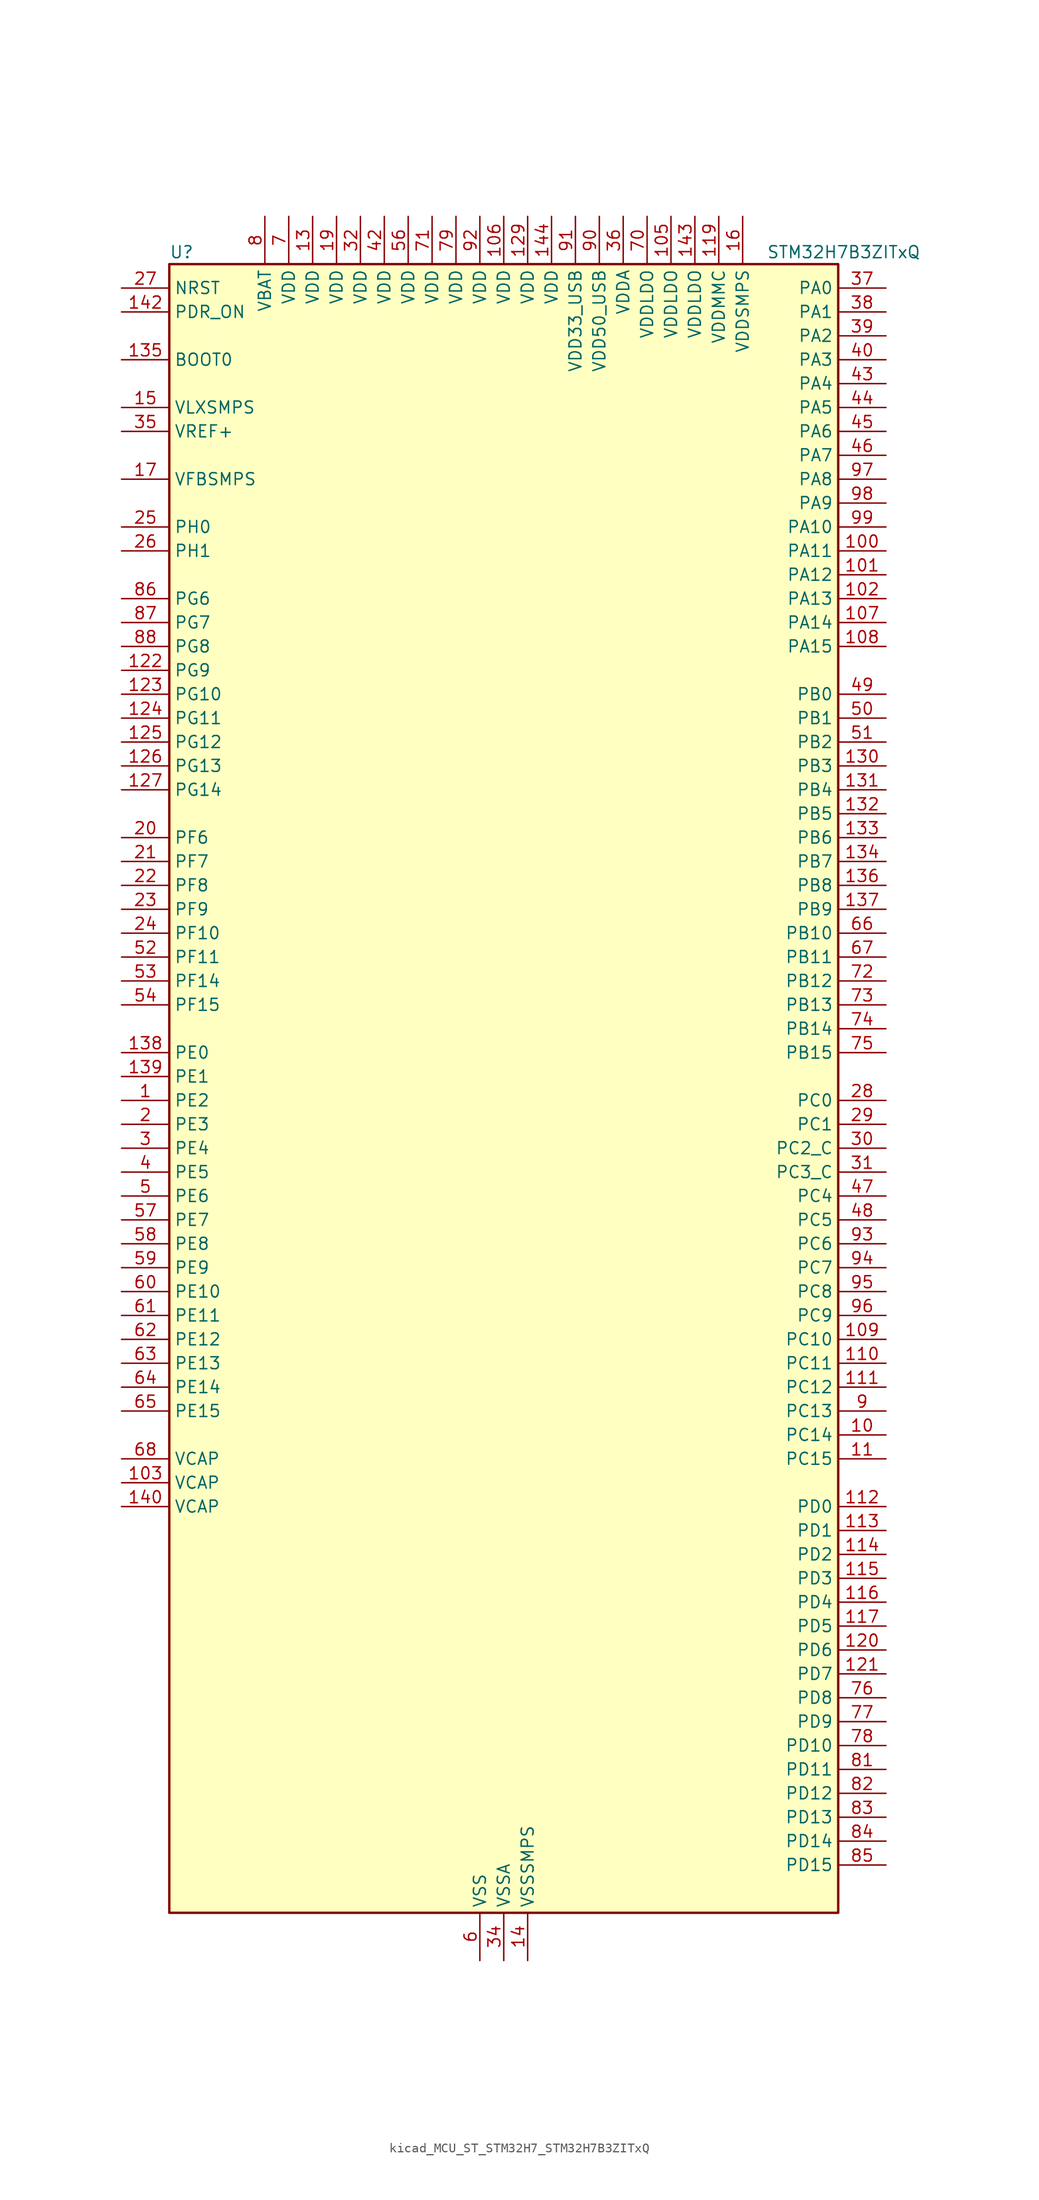
<source format=kicad_sym>
(kicad_symbol_lib
  (version 20220914)
  (generator kicad_symbol_editor)
  (symbol "kicad_MCU_ST_STM32H7_STM32H7B3ZITxQ"
    (property "Reference" "U"
      (at -35.56 90.17 0)
      (effects (font (size 1.27 1.27)) (justify left)))
    (property "Value" "STM32H7B3ZITxQ"
      (at 27.94 90.17 0)
      (effects (font (size 1.27 1.27)) (justify left)))
    (property "ki_locked" ""
      (at 0 0 0)
      (effects (font (size 1.27 1.27))))
    (symbol "kicad_MCU_ST_STM32H7_STM32H7B3ZITxQ_0_1"
      (rectangle (start -35.56 -86.36) (end 35.56 88.9) (stroke (width 0.254) (type default)) (fill (type background))))
    (symbol "kicad_MCU_ST_STM32H7_STM32H7B3ZITxQ_1_1"
      (pin bidirectional line (at -40.64 0 0) (length 5.08) (name "PE2" (effects (font (size 1.27 1.27)))) (number "1" (effects (font (size 1.27 1.27)))) (alternate "DEBUG_TRACECLK" bidirectional line) (alternate "FMC_A23" bidirectional line) (alternate "OCTOSPIM_P1_IO2" bidirectional line) (alternate "SAI1_CK1" bidirectional line) (alternate "SAI1_MCLK_A" bidirectional line) (alternate "SPI4_SCK" bidirectional line) (alternate "USART10_RX" bidirectional line))
      (pin bidirectional line (at 40.64 -35.56 180) (length 5.08) (name "PC14" (effects (font (size 1.27 1.27)))) (number "10" (effects (font (size 1.27 1.27)))) (alternate "RCC_OSC32_IN" bidirectional line))
      (pin bidirectional line (at 40.64 58.42 180) (length 5.08) (name "PA11" (effects (font (size 1.27 1.27)))) (number "100" (effects (font (size 1.27 1.27)))) (alternate "ADC1_EXTI11" bidirectional line) (alternate "ADC2_EXTI11" bidirectional line) (alternate "FDCAN1_RX" bidirectional line) (alternate "I2S2_WS" bidirectional line) (alternate "LPUART1_CTS" bidirectional line) (alternate "LTDC_R4" bidirectional line) (alternate "SPI2_NSS" bidirectional line) (alternate "TIM1_CH4" bidirectional line) (alternate "UART4_RX" bidirectional line) (alternate "USART1_CTS" bidirectional line) (alternate "USART1_NSS" bidirectional line) (alternate "USB_OTG_HS_DM" bidirectional line))
      (pin bidirectional line (at 40.64 55.88 180) (length 5.08) (name "PA12" (effects (font (size 1.27 1.27)))) (number "101" (effects (font (size 1.27 1.27)))) (alternate "FDCAN1_TX" bidirectional line) (alternate "I2S2_CK" bidirectional line) (alternate "LPUART1_DE" bidirectional line) (alternate "LPUART1_RTS" bidirectional line) (alternate "LTDC_R5" bidirectional line) (alternate "SAI2_FS_B" bidirectional line) (alternate "SPI2_SCK" bidirectional line) (alternate "TIM1_ETR" bidirectional line) (alternate "UART4_TX" bidirectional line) (alternate "USART1_DE" bidirectional line) (alternate "USART1_RTS" bidirectional line) (alternate "USB_OTG_HS_DP" bidirectional line))
      (pin bidirectional line (at 40.64 53.34 180) (length 5.08) (name "PA13" (effects (font (size 1.27 1.27)))) (number "102" (effects (font (size 1.27 1.27)))) (alternate "DEBUG_JTMS-SWDIO" bidirectional line))
      (pin power_out line (at -40.64 -40.64 0) (length 5.08) (name "VCAP" (effects (font (size 1.27 1.27)))) (number "103" (effects (font (size 1.27 1.27)))))
      (pin passive line (at -2.54 -91.44 90) (length 5.08) hide (name "VSS" (effects (font (size 1.27 1.27)))) (number "104" (effects (font (size 1.27 1.27)))))
      (pin power_in line (at 17.78 93.98 270) (length 5.08) (name "VDDLDO" (effects (font (size 1.27 1.27)))) (number "105" (effects (font (size 1.27 1.27)))))
      (pin power_in line (at 0 93.98 270) (length 5.08) (name "VDD" (effects (font (size 1.27 1.27)))) (number "106" (effects (font (size 1.27 1.27)))))
      (pin bidirectional line (at 40.64 50.8 180) (length 5.08) (name "PA14" (effects (font (size 1.27 1.27)))) (number "107" (effects (font (size 1.27 1.27)))) (alternate "DEBUG_JTCK-SWCLK" bidirectional line))
      (pin bidirectional line (at 40.64 48.26 180) (length 5.08) (name "PA15" (effects (font (size 1.27 1.27)))) (number "108" (effects (font (size 1.27 1.27)))) (alternate "ADC1_EXTI15" bidirectional line) (alternate "ADC2_EXTI15" bidirectional line) (alternate "CEC" bidirectional line) (alternate "DEBUG_JTDI" bidirectional line) (alternate "I2S1_WS" bidirectional line) (alternate "I2S3_WS" bidirectional line) (alternate "I2S6_WS" bidirectional line) (alternate "LTDC_B6" bidirectional line) (alternate "LTDC_R3" bidirectional line) (alternate "SPI1_NSS" bidirectional line) (alternate "SPI3_NSS" bidirectional line) (alternate "SPI6_NSS" bidirectional line) (alternate "TIM2_CH1" bidirectional line) (alternate "TIM2_ETR" bidirectional line) (alternate "UART4_DE" bidirectional line) (alternate "UART4_RTS" bidirectional line) (alternate "UART7_TX" bidirectional line))
      (pin bidirectional line (at 40.64 -25.4 180) (length 5.08) (name "PC10" (effects (font (size 1.27 1.27)))) (number "109" (effects (font (size 1.27 1.27)))) (alternate "DCMI_D8" bidirectional line) (alternate "DFSDM1_CKIN5" bidirectional line) (alternate "DFSDM2_CKIN0" bidirectional line) (alternate "I2S3_CK" bidirectional line) (alternate "LTDC_B1" bidirectional line) (alternate "LTDC_R2" bidirectional line) (alternate "OCTOSPIM_P1_IO1" bidirectional line) (alternate "PSSI_D8" bidirectional line) (alternate "SDMMC1_D2" bidirectional line) (alternate "SPI3_SCK" bidirectional line) (alternate "SWPMI1_RX" bidirectional line) (alternate "UART4_TX" bidirectional line) (alternate "USART3_TX" bidirectional line))
      (pin bidirectional line (at 40.64 -38.1 180) (length 5.08) (name "PC15" (effects (font (size 1.27 1.27)))) (number "11" (effects (font (size 1.27 1.27)))) (alternate "ADC1_EXTI15" bidirectional line) (alternate "ADC2_EXTI15" bidirectional line) (alternate "RCC_OSC32_OUT" bidirectional line))
      (pin bidirectional line (at 40.64 -27.94 180) (length 5.08) (name "PC11" (effects (font (size 1.27 1.27)))) (number "110" (effects (font (size 1.27 1.27)))) (alternate "ADC1_EXTI11" bidirectional line) (alternate "ADC2_EXTI11" bidirectional line) (alternate "DCMI_D4" bidirectional line) (alternate "DFSDM1_DATIN5" bidirectional line) (alternate "DFSDM2_DATIN0" bidirectional line) (alternate "I2S3_SDI" bidirectional line) (alternate "LTDC_B4" bidirectional line) (alternate "OCTOSPIM_P1_NCS" bidirectional line) (alternate "PSSI_D4" bidirectional line) (alternate "SDMMC1_D3" bidirectional line) (alternate "SPI3_MISO" bidirectional line) (alternate "UART4_RX" bidirectional line) (alternate "USART3_RX" bidirectional line))
      (pin bidirectional line (at 40.64 -30.48 180) (length 5.08) (name "PC12" (effects (font (size 1.27 1.27)))) (number "111" (effects (font (size 1.27 1.27)))) (alternate "DCMI_D9" bidirectional line) (alternate "DEBUG_TRACED3" bidirectional line) (alternate "DFSDM2_CKOUT" bidirectional line) (alternate "I2S3_SDO" bidirectional line) (alternate "I2S6_CK" bidirectional line) (alternate "LTDC_R6" bidirectional line) (alternate "PSSI_D9" bidirectional line) (alternate "SDMMC1_CK" bidirectional line) (alternate "SPI3_MOSI" bidirectional line) (alternate "SPI6_SCK" bidirectional line) (alternate "TIM15_CH1" bidirectional line) (alternate "UART5_TX" bidirectional line) (alternate "USART3_CK" bidirectional line))
      (pin bidirectional line (at 40.64 -43.18 180) (length 5.08) (name "PD0" (effects (font (size 1.27 1.27)))) (number "112" (effects (font (size 1.27 1.27)))) (alternate "DFSDM1_CKIN6" bidirectional line) (alternate "FDCAN1_RX" bidirectional line) (alternate "FMC_D2" bidirectional line) (alternate "FMC_DA2" bidirectional line) (alternate "LTDC_B1" bidirectional line) (alternate "UART4_RX" bidirectional line) (alternate "UART9_CTS" bidirectional line))
      (pin bidirectional line (at 40.64 -45.72 180) (length 5.08) (name "PD1" (effects (font (size 1.27 1.27)))) (number "113" (effects (font (size 1.27 1.27)))) (alternate "DFSDM1_DATIN6" bidirectional line) (alternate "FDCAN1_TX" bidirectional line) (alternate "FMC_D3" bidirectional line) (alternate "FMC_DA3" bidirectional line) (alternate "UART4_TX" bidirectional line))
      (pin bidirectional line (at 40.64 -48.26 180) (length 5.08) (name "PD2" (effects (font (size 1.27 1.27)))) (number "114" (effects (font (size 1.27 1.27)))) (alternate "DCMI_D11" bidirectional line) (alternate "DEBUG_TRACED2" bidirectional line) (alternate "LTDC_B2" bidirectional line) (alternate "LTDC_B7" bidirectional line) (alternate "PSSI_D11" bidirectional line) (alternate "SDMMC1_CMD" bidirectional line) (alternate "TIM15_BKIN" bidirectional line) (alternate "TIM3_ETR" bidirectional line) (alternate "UART5_RX" bidirectional line))
      (pin bidirectional line (at 40.64 -50.8 180) (length 5.08) (name "PD3" (effects (font (size 1.27 1.27)))) (number "115" (effects (font (size 1.27 1.27)))) (alternate "DCMI_D5" bidirectional line) (alternate "DFSDM1_CKOUT" bidirectional line) (alternate "FMC_CLK" bidirectional line) (alternate "I2S2_CK" bidirectional line) (alternate "LTDC_G7" bidirectional line) (alternate "PSSI_D5" bidirectional line) (alternate "SPI2_SCK" bidirectional line) (alternate "USART2_CTS" bidirectional line) (alternate "USART2_NSS" bidirectional line))
      (pin bidirectional line (at 40.64 -53.34 180) (length 5.08) (name "PD4" (effects (font (size 1.27 1.27)))) (number "116" (effects (font (size 1.27 1.27)))) (alternate "FMC_NOE" bidirectional line) (alternate "OCTOSPIM_P1_IO4" bidirectional line) (alternate "USART2_DE" bidirectional line) (alternate "USART2_RTS" bidirectional line))
      (pin bidirectional line (at 40.64 -55.88 180) (length 5.08) (name "PD5" (effects (font (size 1.27 1.27)))) (number "117" (effects (font (size 1.27 1.27)))) (alternate "FMC_NWE" bidirectional line) (alternate "OCTOSPIM_P1_IO5" bidirectional line) (alternate "USART2_TX" bidirectional line))
      (pin passive line (at -2.54 -91.44 90) (length 5.08) hide (name "VSS" (effects (font (size 1.27 1.27)))) (number "118" (effects (font (size 1.27 1.27)))))
      (pin power_in line (at 22.86 93.98 270) (length 5.08) (name "VDDMMC" (effects (font (size 1.27 1.27)))) (number "119" (effects (font (size 1.27 1.27)))))
      (pin passive line (at -2.54 -91.44 90) (length 5.08) hide (name "VSS" (effects (font (size 1.27 1.27)))) (number "12" (effects (font (size 1.27 1.27)))))
      (pin bidirectional line (at 40.64 -58.42 180) (length 5.08) (name "PD6" (effects (font (size 1.27 1.27)))) (number "120" (effects (font (size 1.27 1.27)))) (alternate "DCMI_D10" bidirectional line) (alternate "DFSDM1_CKIN4" bidirectional line) (alternate "DFSDM1_DATIN1" bidirectional line) (alternate "FMC_NWAIT" bidirectional line) (alternate "I2S3_SDO" bidirectional line) (alternate "LTDC_B2" bidirectional line) (alternate "OCTOSPIM_P1_IO6" bidirectional line) (alternate "PSSI_D10" bidirectional line) (alternate "SAI1_D1" bidirectional line) (alternate "SAI1_SD_A" bidirectional line) (alternate "SDMMC2_CK" bidirectional line) (alternate "SPI3_MOSI" bidirectional line) (alternate "USART2_RX" bidirectional line))
      (pin bidirectional line (at 40.64 -60.96 180) (length 5.08) (name "PD7" (effects (font (size 1.27 1.27)))) (number "121" (effects (font (size 1.27 1.27)))) (alternate "DFSDM1_CKIN1" bidirectional line) (alternate "DFSDM1_DATIN4" bidirectional line) (alternate "FMC_NE1" bidirectional line) (alternate "I2S1_SDO" bidirectional line) (alternate "OCTOSPIM_P1_IO7" bidirectional line) (alternate "SDMMC2_CMD" bidirectional line) (alternate "SPDIFRX_IN0" bidirectional line) (alternate "SPI1_MOSI" bidirectional line) (alternate "USART2_CK" bidirectional line))
      (pin bidirectional line (at -40.64 45.72 0) (length 5.08) (name "PG9" (effects (font (size 1.27 1.27)))) (number "122" (effects (font (size 1.27 1.27)))) (alternate "DAC1_EXTI9" bidirectional line) (alternate "DCMI_VSYNC" bidirectional line) (alternate "FMC_NCE" bidirectional line) (alternate "FMC_NE2" bidirectional line) (alternate "I2S1_SDI" bidirectional line) (alternate "OCTOSPIM_P1_IO6" bidirectional line) (alternate "PSSI_RDY" bidirectional line) (alternate "SAI2_FS_B" bidirectional line) (alternate "SDMMC2_D0" bidirectional line) (alternate "SPDIFRX_IN3" bidirectional line) (alternate "SPI1_MISO" bidirectional line) (alternate "USART6_RX" bidirectional line))
      (pin bidirectional line (at -40.64 43.18 0) (length 5.08) (name "PG10" (effects (font (size 1.27 1.27)))) (number "123" (effects (font (size 1.27 1.27)))) (alternate "DCMI_D2" bidirectional line) (alternate "FMC_NE3" bidirectional line) (alternate "I2S1_WS" bidirectional line) (alternate "LTDC_B2" bidirectional line) (alternate "LTDC_G3" bidirectional line) (alternate "OCTOSPIM_P2_IO6" bidirectional line) (alternate "PSSI_D2" bidirectional line) (alternate "SAI2_SD_B" bidirectional line) (alternate "SDMMC2_D1" bidirectional line) (alternate "SPI1_NSS" bidirectional line))
      (pin bidirectional line (at -40.64 40.64 0) (length 5.08) (name "PG11" (effects (font (size 1.27 1.27)))) (number "124" (effects (font (size 1.27 1.27)))) (alternate "ADC1_EXTI11" bidirectional line) (alternate "ADC2_EXTI11" bidirectional line) (alternate "DCMI_D3" bidirectional line) (alternate "I2S1_CK" bidirectional line) (alternate "LPTIM1_IN2" bidirectional line) (alternate "LTDC_B3" bidirectional line) (alternate "OCTOSPIM_P2_IO7" bidirectional line) (alternate "PSSI_D3" bidirectional line) (alternate "SDMMC2_D2" bidirectional line) (alternate "SPDIFRX_IN0" bidirectional line) (alternate "SPI1_SCK" bidirectional line) (alternate "USART10_RX" bidirectional line))
      (pin bidirectional line (at -40.64 38.1 0) (length 5.08) (name "PG12" (effects (font (size 1.27 1.27)))) (number "125" (effects (font (size 1.27 1.27)))) (alternate "FMC_NE4" bidirectional line) (alternate "I2S6_SDI" bidirectional line) (alternate "LPTIM1_IN1" bidirectional line) (alternate "LTDC_B1" bidirectional line) (alternate "LTDC_B4" bidirectional line) (alternate "OCTOSPIM_P2_NCS" bidirectional line) (alternate "SDMMC2_D3" bidirectional line) (alternate "SPDIFRX_IN1" bidirectional line) (alternate "SPI6_MISO" bidirectional line) (alternate "USART10_TX" bidirectional line) (alternate "USART6_DE" bidirectional line) (alternate "USART6_RTS" bidirectional line))
      (pin bidirectional line (at -40.64 35.56 0) (length 5.08) (name "PG13" (effects (font (size 1.27 1.27)))) (number "126" (effects (font (size 1.27 1.27)))) (alternate "DEBUG_TRACED0" bidirectional line) (alternate "FMC_A24" bidirectional line) (alternate "I2S6_CK" bidirectional line) (alternate "LPTIM1_OUT" bidirectional line) (alternate "LTDC_R0" bidirectional line) (alternate "SDMMC2_D6" bidirectional line) (alternate "SPI6_SCK" bidirectional line) (alternate "USART10_CTS" bidirectional line) (alternate "USART10_NSS" bidirectional line) (alternate "USART6_CTS" bidirectional line) (alternate "USART6_NSS" bidirectional line))
      (pin bidirectional line (at -40.64 33.02 0) (length 5.08) (name "PG14" (effects (font (size 1.27 1.27)))) (number "127" (effects (font (size 1.27 1.27)))) (alternate "DEBUG_TRACED1" bidirectional line) (alternate "FMC_A25" bidirectional line) (alternate "I2S6_SDO" bidirectional line) (alternate "LPTIM1_ETR" bidirectional line) (alternate "LTDC_B0" bidirectional line) (alternate "OCTOSPIM_P1_IO7" bidirectional line) (alternate "SDMMC2_D7" bidirectional line) (alternate "SPI6_MOSI" bidirectional line) (alternate "USART10_DE" bidirectional line) (alternate "USART10_RTS" bidirectional line) (alternate "USART6_TX" bidirectional line))
      (pin passive line (at -2.54 -91.44 90) (length 5.08) hide (name "VSS" (effects (font (size 1.27 1.27)))) (number "128" (effects (font (size 1.27 1.27)))))
      (pin power_in line (at 2.54 93.98 270) (length 5.08) (name "VDD" (effects (font (size 1.27 1.27)))) (number "129" (effects (font (size 1.27 1.27)))))
      (pin power_in line (at -20.32 93.98 270) (length 5.08) (name "VDD" (effects (font (size 1.27 1.27)))) (number "13" (effects (font (size 1.27 1.27)))))
      (pin bidirectional line (at 40.64 35.56 180) (length 5.08) (name "PB3" (effects (font (size 1.27 1.27)))) (number "130" (effects (font (size 1.27 1.27)))) (alternate "CRS_SYNC" bidirectional line) (alternate "DEBUG_JTDO-SWO" bidirectional line) (alternate "I2S1_CK" bidirectional line) (alternate "I2S3_CK" bidirectional line) (alternate "I2S6_CK" bidirectional line) (alternate "SDMMC2_D2" bidirectional line) (alternate "SPI1_SCK" bidirectional line) (alternate "SPI3_SCK" bidirectional line) (alternate "SPI6_SCK" bidirectional line) (alternate "TIM2_CH2" bidirectional line) (alternate "UART7_RX" bidirectional line))
      (pin bidirectional line (at 40.64 33.02 180) (length 5.08) (name "PB4" (effects (font (size 1.27 1.27)))) (number "131" (effects (font (size 1.27 1.27)))) (alternate "DEBUG_JTRST" bidirectional line) (alternate "I2S1_SDI" bidirectional line) (alternate "I2S2_WS" bidirectional line) (alternate "I2S3_SDI" bidirectional line) (alternate "I2S6_SDI" bidirectional line) (alternate "SDMMC2_D3" bidirectional line) (alternate "SPI1_MISO" bidirectional line) (alternate "SPI2_NSS" bidirectional line) (alternate "SPI3_MISO" bidirectional line) (alternate "SPI6_MISO" bidirectional line) (alternate "TIM16_BKIN" bidirectional line) (alternate "TIM3_CH1" bidirectional line) (alternate "UART7_TX" bidirectional line))
      (pin bidirectional line (at 40.64 30.48 180) (length 5.08) (name "PB5" (effects (font (size 1.27 1.27)))) (number "132" (effects (font (size 1.27 1.27)))) (alternate "DCMI_D10" bidirectional line) (alternate "FDCAN2_RX" bidirectional line) (alternate "FMC_SDCKE1" bidirectional line) (alternate "I2C1_SMBA" bidirectional line) (alternate "I2C4_SMBA" bidirectional line) (alternate "I2S1_SDO" bidirectional line) (alternate "I2S3_SDO" bidirectional line) (alternate "I2S6_SDO" bidirectional line) (alternate "LTDC_B5" bidirectional line) (alternate "PSSI_D10" bidirectional line) (alternate "SPI1_MOSI" bidirectional line) (alternate "SPI3_MOSI" bidirectional line) (alternate "SPI6_MOSI" bidirectional line) (alternate "TIM17_BKIN" bidirectional line) (alternate "TIM3_CH2" bidirectional line) (alternate "UART5_RX" bidirectional line) (alternate "USB_OTG_HS_ULPI_D7" bidirectional line))
      (pin bidirectional line (at 40.64 27.94 180) (length 5.08) (name "PB6" (effects (font (size 1.27 1.27)))) (number "133" (effects (font (size 1.27 1.27)))) (alternate "CEC" bidirectional line) (alternate "DCMI_D5" bidirectional line) (alternate "DFSDM1_DATIN5" bidirectional line) (alternate "FDCAN2_TX" bidirectional line) (alternate "FMC_SDNE1" bidirectional line) (alternate "I2C1_SCL" bidirectional line) (alternate "I2C4_SCL" bidirectional line) (alternate "LPUART1_TX" bidirectional line) (alternate "OCTOSPIM_P1_NCS" bidirectional line) (alternate "PSSI_D5" bidirectional line) (alternate "TIM16_CH1N" bidirectional line) (alternate "TIM4_CH1" bidirectional line) (alternate "UART5_TX" bidirectional line) (alternate "USART1_TX" bidirectional line))
      (pin bidirectional line (at 40.64 25.4 180) (length 5.08) (name "PB7" (effects (font (size 1.27 1.27)))) (number "134" (effects (font (size 1.27 1.27)))) (alternate "DCMI_VSYNC" bidirectional line) (alternate "DFSDM1_CKIN5" bidirectional line) (alternate "FMC_NL" bidirectional line) (alternate "I2C1_SDA" bidirectional line) (alternate "I2C4_SDA" bidirectional line) (alternate "LPUART1_RX" bidirectional line) (alternate "PSSI_RDY" bidirectional line) (alternate "PWR_PVD_IN" bidirectional line) (alternate "TIM17_CH1N" bidirectional line) (alternate "TIM4_CH2" bidirectional line) (alternate "USART1_RX" bidirectional line))
      (pin input line (at -40.64 78.74 0) (length 5.08) (name "BOOT0" (effects (font (size 1.27 1.27)))) (number "135" (effects (font (size 1.27 1.27)))))
      (pin bidirectional line (at 40.64 22.86 180) (length 5.08) (name "PB8" (effects (font (size 1.27 1.27)))) (number "136" (effects (font (size 1.27 1.27)))) (alternate "DCMI_D6" bidirectional line) (alternate "DFSDM1_CKIN7" bidirectional line) (alternate "FDCAN1_RX" bidirectional line) (alternate "I2C1_SCL" bidirectional line) (alternate "I2C4_SCL" bidirectional line) (alternate "LTDC_B6" bidirectional line) (alternate "PSSI_D6" bidirectional line) (alternate "SDMMC1_CKIN" bidirectional line) (alternate "SDMMC1_D4" bidirectional line) (alternate "SDMMC2_D4" bidirectional line) (alternate "TIM16_CH1" bidirectional line) (alternate "TIM4_CH3" bidirectional line) (alternate "UART4_RX" bidirectional line))
      (pin bidirectional line (at 40.64 20.32 180) (length 5.08) (name "PB9" (effects (font (size 1.27 1.27)))) (number "137" (effects (font (size 1.27 1.27)))) (alternate "DAC1_EXTI9" bidirectional line) (alternate "DCMI_D7" bidirectional line) (alternate "DFSDM1_DATIN7" bidirectional line) (alternate "FDCAN1_TX" bidirectional line) (alternate "I2C1_SDA" bidirectional line) (alternate "I2C4_SDA" bidirectional line) (alternate "I2C4_SMBA" bidirectional line) (alternate "I2S2_WS" bidirectional line) (alternate "LTDC_B7" bidirectional line) (alternate "PSSI_D7" bidirectional line) (alternate "SDMMC1_CDIR" bidirectional line) (alternate "SDMMC1_D5" bidirectional line) (alternate "SDMMC2_D5" bidirectional line) (alternate "SPI2_NSS" bidirectional line) (alternate "TIM17_CH1" bidirectional line) (alternate "TIM4_CH4" bidirectional line) (alternate "UART4_TX" bidirectional line))
      (pin bidirectional line (at -40.64 5.08 0) (length 5.08) (name "PE0" (effects (font (size 1.27 1.27)))) (number "138" (effects (font (size 1.27 1.27)))) (alternate "DCMI_D2" bidirectional line) (alternate "FMC_NBL0" bidirectional line) (alternate "LPTIM1_ETR" bidirectional line) (alternate "LPTIM2_ETR" bidirectional line) (alternate "LTDC_R0" bidirectional line) (alternate "PSSI_D2" bidirectional line) (alternate "SAI2_MCLK_A" bidirectional line) (alternate "TIM4_ETR" bidirectional line) (alternate "UART8_RX" bidirectional line))
      (pin bidirectional line (at -40.64 2.54 0) (length 5.08) (name "PE1" (effects (font (size 1.27 1.27)))) (number "139" (effects (font (size 1.27 1.27)))) (alternate "DCMI_D3" bidirectional line) (alternate "FMC_NBL1" bidirectional line) (alternate "LPTIM1_IN2" bidirectional line) (alternate "LTDC_R6" bidirectional line) (alternate "PSSI_D3" bidirectional line) (alternate "UART8_TX" bidirectional line))
      (pin power_in line (at 2.54 -91.44 90) (length 5.08) (name "VSSSMPS" (effects (font (size 1.27 1.27)))) (number "14" (effects (font (size 1.27 1.27)))))
      (pin power_out line (at -40.64 -43.18 0) (length 5.08) (name "VCAP" (effects (font (size 1.27 1.27)))) (number "140" (effects (font (size 1.27 1.27)))))
      (pin passive line (at -2.54 -91.44 90) (length 5.08) hide (name "VSS" (effects (font (size 1.27 1.27)))) (number "141" (effects (font (size 1.27 1.27)))))
      (pin input line (at -40.64 83.82 0) (length 5.08) (name "PDR_ON" (effects (font (size 1.27 1.27)))) (number "142" (effects (font (size 1.27 1.27)))))
      (pin power_in line (at 20.32 93.98 270) (length 5.08) (name "VDDLDO" (effects (font (size 1.27 1.27)))) (number "143" (effects (font (size 1.27 1.27)))))
      (pin power_in line (at 5.08 93.98 270) (length 5.08) (name "VDD" (effects (font (size 1.27 1.27)))) (number "144" (effects (font (size 1.27 1.27)))))
      (pin power_in line (at -40.64 73.66 0) (length 5.08) (name "VLXSMPS" (effects (font (size 1.27 1.27)))) (number "15" (effects (font (size 1.27 1.27)))))
      (pin power_in line (at 25.4 93.98 270) (length 5.08) (name "VDDSMPS" (effects (font (size 1.27 1.27)))) (number "16" (effects (font (size 1.27 1.27)))))
      (pin input line (at -40.64 66.04 0) (length 5.08) (name "VFBSMPS" (effects (font (size 1.27 1.27)))) (number "17" (effects (font (size 1.27 1.27)))))
      (pin passive line (at -2.54 -91.44 90) (length 5.08) hide (name "VSS" (effects (font (size 1.27 1.27)))) (number "18" (effects (font (size 1.27 1.27)))))
      (pin power_in line (at -17.78 93.98 270) (length 5.08) (name "VDD" (effects (font (size 1.27 1.27)))) (number "19" (effects (font (size 1.27 1.27)))))
      (pin bidirectional line (at -40.64 -2.54 0) (length 5.08) (name "PE3" (effects (font (size 1.27 1.27)))) (number "2" (effects (font (size 1.27 1.27)))) (alternate "DEBUG_TRACED0" bidirectional line) (alternate "FMC_A19" bidirectional line) (alternate "SAI1_SD_B" bidirectional line) (alternate "TIM15_BKIN" bidirectional line) (alternate "USART10_TX" bidirectional line))
      (pin bidirectional line (at -40.64 27.94 0) (length 5.08) (name "PF6" (effects (font (size 1.27 1.27)))) (number "20" (effects (font (size 1.27 1.27)))) (alternate "OCTOSPIM_P1_IO3" bidirectional line) (alternate "SAI1_SD_B" bidirectional line) (alternate "SPI5_NSS" bidirectional line) (alternate "TIM16_CH1" bidirectional line) (alternate "UART7_RX" bidirectional line))
      (pin bidirectional line (at -40.64 25.4 0) (length 5.08) (name "PF7" (effects (font (size 1.27 1.27)))) (number "21" (effects (font (size 1.27 1.27)))) (alternate "OCTOSPIM_P1_IO2" bidirectional line) (alternate "SAI1_MCLK_B" bidirectional line) (alternate "SPI5_SCK" bidirectional line) (alternate "TIM17_CH1" bidirectional line) (alternate "UART7_TX" bidirectional line))
      (pin bidirectional line (at -40.64 22.86 0) (length 5.08) (name "PF8" (effects (font (size 1.27 1.27)))) (number "22" (effects (font (size 1.27 1.27)))) (alternate "OCTOSPIM_P1_IO0" bidirectional line) (alternate "SAI1_SCK_B" bidirectional line) (alternate "SPI5_MISO" bidirectional line) (alternate "TIM13_CH1" bidirectional line) (alternate "TIM16_CH1N" bidirectional line) (alternate "UART7_DE" bidirectional line) (alternate "UART7_RTS" bidirectional line))
      (pin bidirectional line (at -40.64 20.32 0) (length 5.08) (name "PF9" (effects (font (size 1.27 1.27)))) (number "23" (effects (font (size 1.27 1.27)))) (alternate "DAC1_EXTI9" bidirectional line) (alternate "OCTOSPIM_P1_IO1" bidirectional line) (alternate "SAI1_FS_B" bidirectional line) (alternate "SPI5_MOSI" bidirectional line) (alternate "TIM14_CH1" bidirectional line) (alternate "TIM17_CH1N" bidirectional line) (alternate "UART7_CTS" bidirectional line))
      (pin bidirectional line (at -40.64 17.78 0) (length 5.08) (name "PF10" (effects (font (size 1.27 1.27)))) (number "24" (effects (font (size 1.27 1.27)))) (alternate "DCMI_D11" bidirectional line) (alternate "LTDC_DE" bidirectional line) (alternate "OCTOSPIM_P1_CLK" bidirectional line) (alternate "PSSI_D11" bidirectional line) (alternate "PSSI_D15" bidirectional line) (alternate "SAI1_D3" bidirectional line) (alternate "TIM16_BKIN" bidirectional line))
      (pin bidirectional line (at -40.64 60.96 0) (length 5.08) (name "PH0" (effects (font (size 1.27 1.27)))) (number "25" (effects (font (size 1.27 1.27)))) (alternate "RCC_OSC_IN" bidirectional line))
      (pin bidirectional line (at -40.64 58.42 0) (length 5.08) (name "PH1" (effects (font (size 1.27 1.27)))) (number "26" (effects (font (size 1.27 1.27)))) (alternate "RCC_OSC_OUT" bidirectional line))
      (pin input line (at -40.64 86.36 0) (length 5.08) (name "NRST" (effects (font (size 1.27 1.27)))) (number "27" (effects (font (size 1.27 1.27)))))
      (pin bidirectional line (at 40.64 0 180) (length 5.08) (name "PC0" (effects (font (size 1.27 1.27)))) (number "28" (effects (font (size 1.27 1.27)))) (alternate "ADC1_INP10" bidirectional line) (alternate "ADC2_INP10" bidirectional line) (alternate "DFSDM1_CKIN0" bidirectional line) (alternate "DFSDM1_DATIN4" bidirectional line) (alternate "FMC_A25" bidirectional line) (alternate "FMC_SDNWE" bidirectional line) (alternate "LTDC_G2" bidirectional line) (alternate "LTDC_R5" bidirectional line) (alternate "SAI2_FS_B" bidirectional line) (alternate "USB_OTG_HS_ULPI_STP" bidirectional line))
      (pin bidirectional line (at 40.64 -2.54 180) (length 5.08) (name "PC1" (effects (font (size 1.27 1.27)))) (number "29" (effects (font (size 1.27 1.27)))) (alternate "ADC1_INN10" bidirectional line) (alternate "ADC1_INP11" bidirectional line) (alternate "ADC2_INN10" bidirectional line) (alternate "ADC2_INP11" bidirectional line) (alternate "DEBUG_TRACED0" bidirectional line) (alternate "DFSDM1_CKIN4" bidirectional line) (alternate "DFSDM1_DATIN0" bidirectional line) (alternate "I2S2_SDO" bidirectional line) (alternate "LTDC_G5" bidirectional line) (alternate "MDIOS_MDC" bidirectional line) (alternate "OCTOSPIM_P1_IO4" bidirectional line) (alternate "PWR_WKUP6" bidirectional line) (alternate "RTC_TAMP3" bidirectional line) (alternate "SAI1_D1" bidirectional line) (alternate "SAI1_SD_A" bidirectional line) (alternate "SDMMC2_CK" bidirectional line) (alternate "SPI2_MOSI" bidirectional line))
      (pin bidirectional line (at -40.64 -5.08 0) (length 5.08) (name "PE4" (effects (font (size 1.27 1.27)))) (number "3" (effects (font (size 1.27 1.27)))) (alternate "DCMI_D4" bidirectional line) (alternate "DEBUG_TRACED1" bidirectional line) (alternate "DFSDM1_DATIN3" bidirectional line) (alternate "FMC_A20" bidirectional line) (alternate "LTDC_B0" bidirectional line) (alternate "PSSI_D4" bidirectional line) (alternate "SAI1_D2" bidirectional line) (alternate "SAI1_FS_A" bidirectional line) (alternate "SPI4_NSS" bidirectional line) (alternate "TIM15_CH1N" bidirectional line))
      (pin bidirectional line (at 40.64 -5.08 180) (length 5.08) (name "PC2_C" (effects (font (size 1.27 1.27)))) (number "30" (effects (font (size 1.27 1.27)))) (alternate "ADC2_INN1" bidirectional line) (alternate "ADC2_INP0" bidirectional line) (alternate "DFSDM1_CKIN1" bidirectional line) (alternate "DFSDM1_CKOUT" bidirectional line) (alternate "FMC_SDNE0" bidirectional line) (alternate "I2S2_SDI" bidirectional line) (alternate "OCTOSPIM_P1_IO2" bidirectional line) (alternate "OCTOSPIM_P1_IO5" bidirectional line) (alternate "PWR_CSTOP" bidirectional line) (alternate "SPI2_MISO" bidirectional line) (alternate "USB_OTG_HS_ULPI_DIR" bidirectional line))
      (pin bidirectional line (at 40.64 -7.62 180) (length 5.08) (name "PC3_C" (effects (font (size 1.27 1.27)))) (number "31" (effects (font (size 1.27 1.27)))) (alternate "ADC2_INP1" bidirectional line) (alternate "DFSDM1_DATIN1" bidirectional line) (alternate "FMC_SDCKE0" bidirectional line) (alternate "I2S2_SDO" bidirectional line) (alternate "OCTOSPIM_P1_IO0" bidirectional line) (alternate "OCTOSPIM_P1_IO6" bidirectional line) (alternate "PWR_CSLEEP" bidirectional line) (alternate "SPI2_MOSI" bidirectional line) (alternate "USB_OTG_HS_ULPI_NXT" bidirectional line))
      (pin power_in line (at -15.24 93.98 270) (length 5.08) (name "VDD" (effects (font (size 1.27 1.27)))) (number "32" (effects (font (size 1.27 1.27)))))
      (pin passive line (at -2.54 -91.44 90) (length 5.08) hide (name "VSS" (effects (font (size 1.27 1.27)))) (number "33" (effects (font (size 1.27 1.27)))))
      (pin power_in line (at 0 -91.44 90) (length 5.08) (name "VSSA" (effects (font (size 1.27 1.27)))) (number "34" (effects (font (size 1.27 1.27)))))
      (pin input line (at -40.64 71.12 0) (length 5.08) (name "VREF+" (effects (font (size 1.27 1.27)))) (number "35" (effects (font (size 1.27 1.27)))) (alternate "VREFBUF_OUT" bidirectional line))
      (pin power_in line (at 12.7 93.98 270) (length 5.08) (name "VDDA" (effects (font (size 1.27 1.27)))) (number "36" (effects (font (size 1.27 1.27)))))
      (pin bidirectional line (at 40.64 86.36 180) (length 5.08) (name "PA0" (effects (font (size 1.27 1.27)))) (number "37" (effects (font (size 1.27 1.27)))) (alternate "ADC1_INP16" bidirectional line) (alternate "I2S6_WS" bidirectional line) (alternate "PWR_WKUP1" bidirectional line) (alternate "SAI2_SD_B" bidirectional line) (alternate "SDMMC2_CMD" bidirectional line) (alternate "SPI6_NSS" bidirectional line) (alternate "TIM15_BKIN" bidirectional line) (alternate "TIM2_CH1" bidirectional line) (alternate "TIM2_ETR" bidirectional line) (alternate "TIM5_CH1" bidirectional line) (alternate "TIM8_ETR" bidirectional line) (alternate "UART4_TX" bidirectional line) (alternate "USART2_CTS" bidirectional line) (alternate "USART2_NSS" bidirectional line))
      (pin bidirectional line (at 40.64 83.82 180) (length 5.08) (name "PA1" (effects (font (size 1.27 1.27)))) (number "38" (effects (font (size 1.27 1.27)))) (alternate "ADC1_INN16" bidirectional line) (alternate "ADC1_INP17" bidirectional line) (alternate "LPTIM3_OUT" bidirectional line) (alternate "LTDC_R2" bidirectional line) (alternate "OCTOSPIM_P1_DQS" bidirectional line) (alternate "OCTOSPIM_P1_IO3" bidirectional line) (alternate "SAI2_MCLK_B" bidirectional line) (alternate "TIM15_CH1N" bidirectional line) (alternate "TIM2_CH2" bidirectional line) (alternate "TIM5_CH2" bidirectional line) (alternate "UART4_RX" bidirectional line) (alternate "USART2_DE" bidirectional line) (alternate "USART2_RTS" bidirectional line))
      (pin bidirectional line (at 40.64 81.28 180) (length 5.08) (name "PA2" (effects (font (size 1.27 1.27)))) (number "39" (effects (font (size 1.27 1.27)))) (alternate "ADC1_INP14" bidirectional line) (alternate "DFSDM2_CKIN1" bidirectional line) (alternate "LTDC_R1" bidirectional line) (alternate "MDIOS_MDIO" bidirectional line) (alternate "PWR_WKUP2" bidirectional line) (alternate "SAI2_SCK_B" bidirectional line) (alternate "TIM15_CH1" bidirectional line) (alternate "TIM2_CH3" bidirectional line) (alternate "TIM5_CH3" bidirectional line) (alternate "USART2_TX" bidirectional line))
      (pin bidirectional line (at -40.64 -7.62 0) (length 5.08) (name "PE5" (effects (font (size 1.27 1.27)))) (number "4" (effects (font (size 1.27 1.27)))) (alternate "DCMI_D6" bidirectional line) (alternate "DEBUG_TRACED2" bidirectional line) (alternate "DFSDM1_CKIN3" bidirectional line) (alternate "FMC_A21" bidirectional line) (alternate "LTDC_G0" bidirectional line) (alternate "PSSI_D6" bidirectional line) (alternate "SAI1_CK2" bidirectional line) (alternate "SAI1_SCK_A" bidirectional line) (alternate "SPI4_MISO" bidirectional line) (alternate "TIM15_CH1" bidirectional line))
      (pin bidirectional line (at 40.64 78.74 180) (length 5.08) (name "PA3" (effects (font (size 1.27 1.27)))) (number "40" (effects (font (size 1.27 1.27)))) (alternate "ADC1_INP15" bidirectional line) (alternate "I2S6_MCK" bidirectional line) (alternate "LTDC_B2" bidirectional line) (alternate "LTDC_B5" bidirectional line) (alternate "OCTOSPIM_P1_CLK" bidirectional line) (alternate "TIM15_CH2" bidirectional line) (alternate "TIM2_CH4" bidirectional line) (alternate "TIM5_CH4" bidirectional line) (alternate "USART2_RX" bidirectional line) (alternate "USB_OTG_HS_ULPI_D0" bidirectional line))
      (pin passive line (at -2.54 -91.44 90) (length 5.08) hide (name "VSS" (effects (font (size 1.27 1.27)))) (number "41" (effects (font (size 1.27 1.27)))))
      (pin power_in line (at -12.7 93.98 270) (length 5.08) (name "VDD" (effects (font (size 1.27 1.27)))) (number "42" (effects (font (size 1.27 1.27)))))
      (pin bidirectional line (at 40.64 76.2 180) (length 5.08) (name "PA4" (effects (font (size 1.27 1.27)))) (number "43" (effects (font (size 1.27 1.27)))) (alternate "ADC1_INP18" bidirectional line) (alternate "DAC1_OUT1" bidirectional line) (alternate "DCMI_HSYNC" bidirectional line) (alternate "I2S1_WS" bidirectional line) (alternate "I2S3_WS" bidirectional line) (alternate "I2S6_WS" bidirectional line) (alternate "LTDC_VSYNC" bidirectional line) (alternate "PSSI_DE" bidirectional line) (alternate "SPI1_NSS" bidirectional line) (alternate "SPI3_NSS" bidirectional line) (alternate "SPI6_NSS" bidirectional line) (alternate "TIM5_ETR" bidirectional line) (alternate "USART2_CK" bidirectional line))
      (pin bidirectional line (at 40.64 73.66 180) (length 5.08) (name "PA5" (effects (font (size 1.27 1.27)))) (number "44" (effects (font (size 1.27 1.27)))) (alternate "ADC1_INN18" bidirectional line) (alternate "ADC1_INP19" bidirectional line) (alternate "DAC1_OUT2" bidirectional line) (alternate "I2S1_CK" bidirectional line) (alternate "I2S6_CK" bidirectional line) (alternate "LTDC_R4" bidirectional line) (alternate "PSSI_D14" bidirectional line) (alternate "PWR_NDSTOP2" bidirectional line) (alternate "SPI1_SCK" bidirectional line) (alternate "SPI6_SCK" bidirectional line) (alternate "TIM2_CH1" bidirectional line) (alternate "TIM2_ETR" bidirectional line) (alternate "TIM8_CH1N" bidirectional line) (alternate "USB_OTG_HS_ULPI_CK" bidirectional line))
      (pin bidirectional line (at 40.64 71.12 180) (length 5.08) (name "PA6" (effects (font (size 1.27 1.27)))) (number "45" (effects (font (size 1.27 1.27)))) (alternate "ADC1_INP3" bidirectional line) (alternate "ADC2_INP3" bidirectional line) (alternate "DAC2_OUT1" bidirectional line) (alternate "DCMI_PIXCLK" bidirectional line) (alternate "I2S1_SDI" bidirectional line) (alternate "I2S6_SDI" bidirectional line) (alternate "LTDC_G2" bidirectional line) (alternate "MDIOS_MDC" bidirectional line) (alternate "OCTOSPIM_P1_IO3" bidirectional line) (alternate "PSSI_PDCK" bidirectional line) (alternate "SPI1_MISO" bidirectional line) (alternate "SPI6_MISO" bidirectional line) (alternate "TIM13_CH1" bidirectional line) (alternate "TIM1_BKIN" bidirectional line) (alternate "TIM1_BKIN_COMP1" bidirectional line) (alternate "TIM1_BKIN_COMP2" bidirectional line) (alternate "TIM3_CH1" bidirectional line) (alternate "TIM8_BKIN" bidirectional line) (alternate "TIM8_BKIN_COMP1" bidirectional line) (alternate "TIM8_BKIN_COMP2" bidirectional line))
      (pin bidirectional line (at 40.64 68.58 180) (length 5.08) (name "PA7" (effects (font (size 1.27 1.27)))) (number "46" (effects (font (size 1.27 1.27)))) (alternate "ADC1_INN3" bidirectional line) (alternate "ADC1_INP7" bidirectional line) (alternate "ADC2_INN3" bidirectional line) (alternate "ADC2_INP7" bidirectional line) (alternate "DFSDM2_DATIN1" bidirectional line) (alternate "FMC_SDNWE" bidirectional line) (alternate "I2S1_SDO" bidirectional line) (alternate "I2S6_SDO" bidirectional line) (alternate "LTDC_VSYNC" bidirectional line) (alternate "OCTOSPIM_P1_IO2" bidirectional line) (alternate "OPAMP1_VINM" bidirectional line) (alternate "SPI1_MOSI" bidirectional line) (alternate "SPI6_MOSI" bidirectional line) (alternate "TIM14_CH1" bidirectional line) (alternate "TIM1_CH1N" bidirectional line) (alternate "TIM3_CH2" bidirectional line) (alternate "TIM8_CH1N" bidirectional line))
      (pin bidirectional line (at 40.64 -10.16 180) (length 5.08) (name "PC4" (effects (font (size 1.27 1.27)))) (number "47" (effects (font (size 1.27 1.27)))) (alternate "ADC1_INP4" bidirectional line) (alternate "ADC2_INP4" bidirectional line) (alternate "COMP1_INM" bidirectional line) (alternate "DFSDM1_CKIN2" bidirectional line) (alternate "FMC_SDNE0" bidirectional line) (alternate "I2S1_MCK" bidirectional line) (alternate "LTDC_R7" bidirectional line) (alternate "OPAMP1_VOUT" bidirectional line) (alternate "SPDIFRX_IN2" bidirectional line))
      (pin bidirectional line (at 40.64 -12.7 180) (length 5.08) (name "PC5" (effects (font (size 1.27 1.27)))) (number "48" (effects (font (size 1.27 1.27)))) (alternate "ADC1_INN4" bidirectional line) (alternate "ADC1_INP8" bidirectional line) (alternate "ADC2_INN4" bidirectional line) (alternate "ADC2_INP8" bidirectional line) (alternate "COMP1_OUT" bidirectional line) (alternate "DFSDM1_DATIN2" bidirectional line) (alternate "FMC_SDCKE0" bidirectional line) (alternate "LTDC_DE" bidirectional line) (alternate "OCTOSPIM_P1_DQS" bidirectional line) (alternate "OPAMP1_VINM" bidirectional line) (alternate "PSSI_D15" bidirectional line) (alternate "SAI1_D3" bidirectional line) (alternate "SPDIFRX_IN3" bidirectional line))
      (pin bidirectional line (at 40.64 43.18 180) (length 5.08) (name "PB0" (effects (font (size 1.27 1.27)))) (number "49" (effects (font (size 1.27 1.27)))) (alternate "ADC1_INN5" bidirectional line) (alternate "ADC1_INP9" bidirectional line) (alternate "ADC2_INN5" bidirectional line) (alternate "ADC2_INP9" bidirectional line) (alternate "COMP1_INP" bidirectional line) (alternate "DFSDM1_CKOUT" bidirectional line) (alternate "DFSDM2_CKOUT" bidirectional line) (alternate "LTDC_G1" bidirectional line) (alternate "LTDC_R3" bidirectional line) (alternate "OCTOSPIM_P1_IO1" bidirectional line) (alternate "OPAMP1_VINP" bidirectional line) (alternate "TIM1_CH2N" bidirectional line) (alternate "TIM3_CH3" bidirectional line) (alternate "TIM8_CH2N" bidirectional line) (alternate "UART4_CTS" bidirectional line) (alternate "USB_OTG_HS_ULPI_D1" bidirectional line))
      (pin bidirectional line (at -40.64 -10.16 0) (length 5.08) (name "PE6" (effects (font (size 1.27 1.27)))) (number "5" (effects (font (size 1.27 1.27)))) (alternate "DCMI_D7" bidirectional line) (alternate "DEBUG_TRACED3" bidirectional line) (alternate "FMC_A22" bidirectional line) (alternate "LTDC_G1" bidirectional line) (alternate "PSSI_D7" bidirectional line) (alternate "SAI1_D1" bidirectional line) (alternate "SAI1_SD_A" bidirectional line) (alternate "SAI2_MCLK_B" bidirectional line) (alternate "SPI4_MOSI" bidirectional line) (alternate "TIM15_CH2" bidirectional line) (alternate "TIM1_BKIN2" bidirectional line) (alternate "TIM1_BKIN2_COMP1" bidirectional line) (alternate "TIM1_BKIN2_COMP2" bidirectional line))
      (pin bidirectional line (at 40.64 40.64 180) (length 5.08) (name "PB1" (effects (font (size 1.27 1.27)))) (number "50" (effects (font (size 1.27 1.27)))) (alternate "ADC1_INP5" bidirectional line) (alternate "ADC2_INP5" bidirectional line) (alternate "COMP1_INM" bidirectional line) (alternate "DFSDM1_DATIN1" bidirectional line) (alternate "LTDC_G0" bidirectional line) (alternate "LTDC_R6" bidirectional line) (alternate "OCTOSPIM_P1_IO0" bidirectional line) (alternate "TIM1_CH3N" bidirectional line) (alternate "TIM3_CH4" bidirectional line) (alternate "TIM8_CH3N" bidirectional line) (alternate "USB_OTG_HS_ULPI_D2" bidirectional line))
      (pin bidirectional line (at 40.64 38.1 180) (length 5.08) (name "PB2" (effects (font (size 1.27 1.27)))) (number "51" (effects (font (size 1.27 1.27)))) (alternate "COMP1_INP" bidirectional line) (alternate "DFSDM1_CKIN1" bidirectional line) (alternate "I2S3_SDO" bidirectional line) (alternate "OCTOSPIM_P1_CLK" bidirectional line) (alternate "OCTOSPIM_P1_DQS" bidirectional line) (alternate "RTC_OUT_ALARM" bidirectional line) (alternate "RTC_OUT_CALIB" bidirectional line) (alternate "SAI1_D1" bidirectional line) (alternate "SAI1_SD_A" bidirectional line) (alternate "SPI3_MOSI" bidirectional line))
      (pin bidirectional line (at -40.64 15.24 0) (length 5.08) (name "PF11" (effects (font (size 1.27 1.27)))) (number "52" (effects (font (size 1.27 1.27)))) (alternate "ADC1_EXTI11" bidirectional line) (alternate "ADC1_INP2" bidirectional line) (alternate "ADC2_EXTI11" bidirectional line) (alternate "DCMI_D12" bidirectional line) (alternate "FMC_SDNRAS" bidirectional line) (alternate "OCTOSPIM_P1_NCLK" bidirectional line) (alternate "PSSI_D12" bidirectional line) (alternate "SAI2_SD_B" bidirectional line) (alternate "SPI5_MOSI" bidirectional line))
      (pin bidirectional line (at -40.64 12.7 0) (length 5.08) (name "PF14" (effects (font (size 1.27 1.27)))) (number "53" (effects (font (size 1.27 1.27)))) (alternate "ADC2_INN2" bidirectional line) (alternate "ADC2_INP6" bidirectional line) (alternate "DFSDM1_CKIN6" bidirectional line) (alternate "FMC_A8" bidirectional line) (alternate "I2C4_SCL" bidirectional line))
      (pin bidirectional line (at -40.64 10.16 0) (length 5.08) (name "PF15" (effects (font (size 1.27 1.27)))) (number "54" (effects (font (size 1.27 1.27)))) (alternate "ADC1_EXTI15" bidirectional line) (alternate "ADC2_EXTI15" bidirectional line) (alternate "FMC_A9" bidirectional line) (alternate "I2C4_SDA" bidirectional line))
      (pin passive line (at -2.54 -91.44 90) (length 5.08) hide (name "VSS" (effects (font (size 1.27 1.27)))) (number "55" (effects (font (size 1.27 1.27)))))
      (pin power_in line (at -10.16 93.98 270) (length 5.08) (name "VDD" (effects (font (size 1.27 1.27)))) (number "56" (effects (font (size 1.27 1.27)))))
      (pin bidirectional line (at -40.64 -12.7 0) (length 5.08) (name "PE7" (effects (font (size 1.27 1.27)))) (number "57" (effects (font (size 1.27 1.27)))) (alternate "COMP2_INM" bidirectional line) (alternate "DFSDM1_DATIN2" bidirectional line) (alternate "FMC_D4" bidirectional line) (alternate "FMC_DA4" bidirectional line) (alternate "OCTOSPIM_P1_IO4" bidirectional line) (alternate "OPAMP2_VOUT" bidirectional line) (alternate "TIM1_ETR" bidirectional line) (alternate "UART7_RX" bidirectional line))
      (pin bidirectional line (at -40.64 -15.24 0) (length 5.08) (name "PE8" (effects (font (size 1.27 1.27)))) (number "58" (effects (font (size 1.27 1.27)))) (alternate "COMP2_OUT" bidirectional line) (alternate "DFSDM1_CKIN2" bidirectional line) (alternate "FMC_D5" bidirectional line) (alternate "FMC_DA5" bidirectional line) (alternate "OCTOSPIM_P1_IO5" bidirectional line) (alternate "OPAMP2_VINM" bidirectional line) (alternate "TIM1_CH1N" bidirectional line) (alternate "UART7_TX" bidirectional line))
      (pin bidirectional line (at -40.64 -17.78 0) (length 5.08) (name "PE9" (effects (font (size 1.27 1.27)))) (number "59" (effects (font (size 1.27 1.27)))) (alternate "COMP2_INP" bidirectional line) (alternate "DAC1_EXTI9" bidirectional line) (alternate "DFSDM1_CKOUT" bidirectional line) (alternate "FMC_D6" bidirectional line) (alternate "FMC_DA6" bidirectional line) (alternate "OCTOSPIM_P1_IO6" bidirectional line) (alternate "OPAMP2_VINP" bidirectional line) (alternate "TIM1_CH1" bidirectional line) (alternate "UART7_DE" bidirectional line) (alternate "UART7_RTS" bidirectional line))
      (pin power_in line (at -2.54 -91.44 90) (length 5.08) (name "VSS" (effects (font (size 1.27 1.27)))) (number "6" (effects (font (size 1.27 1.27)))))
      (pin bidirectional line (at -40.64 -20.32 0) (length 5.08) (name "PE10" (effects (font (size 1.27 1.27)))) (number "60" (effects (font (size 1.27 1.27)))) (alternate "COMP2_INM" bidirectional line) (alternate "DFSDM1_DATIN4" bidirectional line) (alternate "FMC_D7" bidirectional line) (alternate "FMC_DA7" bidirectional line) (alternate "OCTOSPIM_P1_IO7" bidirectional line) (alternate "TIM1_CH2N" bidirectional line) (alternate "UART7_CTS" bidirectional line))
      (pin bidirectional line (at -40.64 -22.86 0) (length 5.08) (name "PE11" (effects (font (size 1.27 1.27)))) (number "61" (effects (font (size 1.27 1.27)))) (alternate "ADC1_EXTI11" bidirectional line) (alternate "ADC2_EXTI11" bidirectional line) (alternate "COMP2_INP" bidirectional line) (alternate "DFSDM1_CKIN4" bidirectional line) (alternate "FMC_D8" bidirectional line) (alternate "FMC_DA8" bidirectional line) (alternate "LTDC_G3" bidirectional line) (alternate "OCTOSPIM_P1_NCS" bidirectional line) (alternate "SAI2_SD_B" bidirectional line) (alternate "SPI4_NSS" bidirectional line) (alternate "TIM1_CH2" bidirectional line))
      (pin bidirectional line (at -40.64 -25.4 0) (length 5.08) (name "PE12" (effects (font (size 1.27 1.27)))) (number "62" (effects (font (size 1.27 1.27)))) (alternate "COMP1_OUT" bidirectional line) (alternate "DFSDM1_DATIN5" bidirectional line) (alternate "FMC_D9" bidirectional line) (alternate "FMC_DA9" bidirectional line) (alternate "LTDC_B4" bidirectional line) (alternate "SAI2_SCK_B" bidirectional line) (alternate "SPI4_SCK" bidirectional line) (alternate "TIM1_CH3N" bidirectional line))
      (pin bidirectional line (at -40.64 -27.94 0) (length 5.08) (name "PE13" (effects (font (size 1.27 1.27)))) (number "63" (effects (font (size 1.27 1.27)))) (alternate "COMP2_OUT" bidirectional line) (alternate "DFSDM1_CKIN5" bidirectional line) (alternate "FMC_D10" bidirectional line) (alternate "FMC_DA10" bidirectional line) (alternate "LTDC_DE" bidirectional line) (alternate "SAI2_FS_B" bidirectional line) (alternate "SPI4_MISO" bidirectional line) (alternate "TIM1_CH3" bidirectional line))
      (pin bidirectional line (at -40.64 -30.48 0) (length 5.08) (name "PE14" (effects (font (size 1.27 1.27)))) (number "64" (effects (font (size 1.27 1.27)))) (alternate "FMC_D11" bidirectional line) (alternate "FMC_DA11" bidirectional line) (alternate "LTDC_CLK" bidirectional line) (alternate "SAI2_MCLK_B" bidirectional line) (alternate "SPI4_MOSI" bidirectional line) (alternate "TIM1_CH4" bidirectional line))
      (pin bidirectional line (at -40.64 -33.02 0) (length 5.08) (name "PE15" (effects (font (size 1.27 1.27)))) (number "65" (effects (font (size 1.27 1.27)))) (alternate "ADC1_EXTI15" bidirectional line) (alternate "ADC2_EXTI15" bidirectional line) (alternate "FMC_D12" bidirectional line) (alternate "FMC_DA12" bidirectional line) (alternate "LTDC_R7" bidirectional line) (alternate "TIM1_BKIN" bidirectional line) (alternate "TIM1_BKIN_COMP1" bidirectional line) (alternate "TIM1_BKIN_COMP2" bidirectional line) (alternate "USART10_CK" bidirectional line))
      (pin bidirectional line (at 40.64 17.78 180) (length 5.08) (name "PB10" (effects (font (size 1.27 1.27)))) (number "66" (effects (font (size 1.27 1.27)))) (alternate "DFSDM1_DATIN7" bidirectional line) (alternate "I2C2_SCL" bidirectional line) (alternate "I2S2_CK" bidirectional line) (alternate "LPTIM2_IN1" bidirectional line) (alternate "LTDC_G4" bidirectional line) (alternate "OCTOSPIM_P1_NCS" bidirectional line) (alternate "SPI2_SCK" bidirectional line) (alternate "TIM2_CH3" bidirectional line) (alternate "USART3_TX" bidirectional line) (alternate "USB_OTG_HS_ULPI_D3" bidirectional line))
      (pin bidirectional line (at 40.64 15.24 180) (length 5.08) (name "PB11" (effects (font (size 1.27 1.27)))) (number "67" (effects (font (size 1.27 1.27)))) (alternate "ADC1_EXTI11" bidirectional line) (alternate "ADC2_EXTI11" bidirectional line) (alternate "DFSDM1_CKIN7" bidirectional line) (alternate "I2C2_SDA" bidirectional line) (alternate "LPTIM2_ETR" bidirectional line) (alternate "LTDC_G5" bidirectional line) (alternate "TIM2_CH4" bidirectional line) (alternate "USART3_RX" bidirectional line) (alternate "USB_OTG_HS_ULPI_D4" bidirectional line))
      (pin power_out line (at -40.64 -38.1 0) (length 5.08) (name "VCAP" (effects (font (size 1.27 1.27)))) (number "68" (effects (font (size 1.27 1.27)))))
      (pin passive line (at -2.54 -91.44 90) (length 5.08) hide (name "VSS" (effects (font (size 1.27 1.27)))) (number "69" (effects (font (size 1.27 1.27)))))
      (pin power_in line (at -22.86 93.98 270) (length 5.08) (name "VDD" (effects (font (size 1.27 1.27)))) (number "7" (effects (font (size 1.27 1.27)))))
      (pin power_in line (at 15.24 93.98 270) (length 5.08) (name "VDDLDO" (effects (font (size 1.27 1.27)))) (number "70" (effects (font (size 1.27 1.27)))))
      (pin power_in line (at -7.62 93.98 270) (length 5.08) (name "VDD" (effects (font (size 1.27 1.27)))) (number "71" (effects (font (size 1.27 1.27)))))
      (pin bidirectional line (at 40.64 12.7 180) (length 5.08) (name "PB12" (effects (font (size 1.27 1.27)))) (number "72" (effects (font (size 1.27 1.27)))) (alternate "DFSDM1_DATIN1" bidirectional line) (alternate "DFSDM2_DATIN1" bidirectional line) (alternate "FDCAN2_RX" bidirectional line) (alternate "I2C2_SMBA" bidirectional line) (alternate "I2S2_WS" bidirectional line) (alternate "OCTOSPIM_P1_NCLK" bidirectional line) (alternate "SPI2_NSS" bidirectional line) (alternate "TIM1_BKIN" bidirectional line) (alternate "TIM1_BKIN_COMP1" bidirectional line) (alternate "TIM1_BKIN_COMP2" bidirectional line) (alternate "UART5_RX" bidirectional line) (alternate "USART3_CK" bidirectional line) (alternate "USB_OTG_HS_ULPI_D5" bidirectional line))
      (pin bidirectional line (at 40.64 10.16 180) (length 5.08) (name "PB13" (effects (font (size 1.27 1.27)))) (number "73" (effects (font (size 1.27 1.27)))) (alternate "DCMI_D2" bidirectional line) (alternate "DFSDM1_CKIN1" bidirectional line) (alternate "DFSDM2_CKIN1" bidirectional line) (alternate "FDCAN2_TX" bidirectional line) (alternate "I2S2_CK" bidirectional line) (alternate "LPTIM2_OUT" bidirectional line) (alternate "PSSI_D2" bidirectional line) (alternate "SDMMC1_D0" bidirectional line) (alternate "SPI2_SCK" bidirectional line) (alternate "TIM1_CH1N" bidirectional line) (alternate "UART5_TX" bidirectional line) (alternate "USART3_CTS" bidirectional line) (alternate "USART3_NSS" bidirectional line) (alternate "USB_OTG_HS_ULPI_D6" bidirectional line))
      (pin bidirectional line (at 40.64 7.62 180) (length 5.08) (name "PB14" (effects (font (size 1.27 1.27)))) (number "74" (effects (font (size 1.27 1.27)))) (alternate "DFSDM1_DATIN2" bidirectional line) (alternate "I2S2_SDI" bidirectional line) (alternate "LTDC_CLK" bidirectional line) (alternate "SDMMC2_D0" bidirectional line) (alternate "SPI2_MISO" bidirectional line) (alternate "TIM12_CH1" bidirectional line) (alternate "TIM1_CH2N" bidirectional line) (alternate "TIM8_CH2N" bidirectional line) (alternate "UART4_DE" bidirectional line) (alternate "UART4_RTS" bidirectional line) (alternate "USART1_TX" bidirectional line) (alternate "USART3_DE" bidirectional line) (alternate "USART3_RTS" bidirectional line))
      (pin bidirectional line (at 40.64 5.08 180) (length 5.08) (name "PB15" (effects (font (size 1.27 1.27)))) (number "75" (effects (font (size 1.27 1.27)))) (alternate "ADC1_EXTI15" bidirectional line) (alternate "ADC2_EXTI15" bidirectional line) (alternate "DFSDM1_CKIN2" bidirectional line) (alternate "I2S2_SDO" bidirectional line) (alternate "LTDC_G7" bidirectional line) (alternate "RTC_REFIN" bidirectional line) (alternate "SDMMC2_D1" bidirectional line) (alternate "SPI2_MOSI" bidirectional line) (alternate "TIM12_CH2" bidirectional line) (alternate "TIM1_CH3N" bidirectional line) (alternate "TIM8_CH3N" bidirectional line) (alternate "UART4_CTS" bidirectional line) (alternate "USART1_RX" bidirectional line))
      (pin bidirectional line (at 40.64 -63.5 180) (length 5.08) (name "PD8" (effects (font (size 1.27 1.27)))) (number "76" (effects (font (size 1.27 1.27)))) (alternate "DFSDM1_CKIN3" bidirectional line) (alternate "FMC_D13" bidirectional line) (alternate "FMC_DA13" bidirectional line) (alternate "SPDIFRX_IN1" bidirectional line) (alternate "USART3_TX" bidirectional line))
      (pin bidirectional line (at 40.64 -66.04 180) (length 5.08) (name "PD9" (effects (font (size 1.27 1.27)))) (number "77" (effects (font (size 1.27 1.27)))) (alternate "DAC1_EXTI9" bidirectional line) (alternate "DFSDM1_DATIN3" bidirectional line) (alternate "FMC_D14" bidirectional line) (alternate "FMC_DA14" bidirectional line) (alternate "USART3_RX" bidirectional line))
      (pin bidirectional line (at 40.64 -68.58 180) (length 5.08) (name "PD10" (effects (font (size 1.27 1.27)))) (number "78" (effects (font (size 1.27 1.27)))) (alternate "DFSDM1_CKOUT" bidirectional line) (alternate "DFSDM2_CKOUT" bidirectional line) (alternate "FMC_D15" bidirectional line) (alternate "FMC_DA15" bidirectional line) (alternate "LTDC_B3" bidirectional line) (alternate "USART3_CK" bidirectional line))
      (pin power_in line (at -5.08 93.98 270) (length 5.08) (name "VDD" (effects (font (size 1.27 1.27)))) (number "79" (effects (font (size 1.27 1.27)))))
      (pin power_in line (at -25.4 93.98 270) (length 5.08) (name "VBAT" (effects (font (size 1.27 1.27)))) (number "8" (effects (font (size 1.27 1.27)))))
      (pin passive line (at -2.54 -91.44 90) (length 5.08) hide (name "VSS" (effects (font (size 1.27 1.27)))) (number "80" (effects (font (size 1.27 1.27)))))
      (pin bidirectional line (at 40.64 -71.12 180) (length 5.08) (name "PD11" (effects (font (size 1.27 1.27)))) (number "81" (effects (font (size 1.27 1.27)))) (alternate "ADC1_EXTI11" bidirectional line) (alternate "ADC2_EXTI11" bidirectional line) (alternate "FMC_A16" bidirectional line) (alternate "FMC_CLE" bidirectional line) (alternate "I2C4_SMBA" bidirectional line) (alternate "LPTIM2_IN2" bidirectional line) (alternate "OCTOSPIM_P1_IO0" bidirectional line) (alternate "SAI2_SD_A" bidirectional line) (alternate "USART3_CTS" bidirectional line) (alternate "USART3_NSS" bidirectional line))
      (pin bidirectional line (at 40.64 -73.66 180) (length 5.08) (name "PD12" (effects (font (size 1.27 1.27)))) (number "82" (effects (font (size 1.27 1.27)))) (alternate "DCMI_D12" bidirectional line) (alternate "FMC_A17" bidirectional line) (alternate "FMC_ALE" bidirectional line) (alternate "I2C4_SCL" bidirectional line) (alternate "LPTIM1_IN1" bidirectional line) (alternate "LPTIM2_IN1" bidirectional line) (alternate "OCTOSPIM_P1_IO1" bidirectional line) (alternate "PSSI_D12" bidirectional line) (alternate "SAI2_FS_A" bidirectional line) (alternate "TIM4_CH1" bidirectional line) (alternate "USART3_DE" bidirectional line) (alternate "USART3_RTS" bidirectional line))
      (pin bidirectional line (at 40.64 -76.2 180) (length 5.08) (name "PD13" (effects (font (size 1.27 1.27)))) (number "83" (effects (font (size 1.27 1.27)))) (alternate "DCMI_D13" bidirectional line) (alternate "FMC_A18" bidirectional line) (alternate "I2C4_SDA" bidirectional line) (alternate "LPTIM1_OUT" bidirectional line) (alternate "OCTOSPIM_P1_IO3" bidirectional line) (alternate "PSSI_D13" bidirectional line) (alternate "SAI2_SCK_A" bidirectional line) (alternate "TIM4_CH2" bidirectional line) (alternate "UART9_DE" bidirectional line) (alternate "UART9_RTS" bidirectional line))
      (pin bidirectional line (at 40.64 -78.74 180) (length 5.08) (name "PD14" (effects (font (size 1.27 1.27)))) (number "84" (effects (font (size 1.27 1.27)))) (alternate "FMC_D0" bidirectional line) (alternate "FMC_DA0" bidirectional line) (alternate "TIM4_CH3" bidirectional line) (alternate "UART8_CTS" bidirectional line) (alternate "UART9_RX" bidirectional line))
      (pin bidirectional line (at 40.64 -81.28 180) (length 5.08) (name "PD15" (effects (font (size 1.27 1.27)))) (number "85" (effects (font (size 1.27 1.27)))) (alternate "ADC1_EXTI15" bidirectional line) (alternate "ADC2_EXTI15" bidirectional line) (alternate "FMC_D1" bidirectional line) (alternate "FMC_DA1" bidirectional line) (alternate "TIM4_CH4" bidirectional line) (alternate "UART8_DE" bidirectional line) (alternate "UART8_RTS" bidirectional line) (alternate "UART9_TX" bidirectional line))
      (pin bidirectional line (at -40.64 53.34 0) (length 5.08) (name "PG6" (effects (font (size 1.27 1.27)))) (number "86" (effects (font (size 1.27 1.27)))) (alternate "DCMI_D12" bidirectional line) (alternate "FMC_NE3" bidirectional line) (alternate "LTDC_R7" bidirectional line) (alternate "OCTOSPIM_P1_NCS" bidirectional line) (alternate "PSSI_D12" bidirectional line) (alternate "TIM17_BKIN" bidirectional line))
      (pin bidirectional line (at -40.64 50.8 0) (length 5.08) (name "PG7" (effects (font (size 1.27 1.27)))) (number "87" (effects (font (size 1.27 1.27)))) (alternate "DCMI_D13" bidirectional line) (alternate "FMC_INT" bidirectional line) (alternate "LTDC_CLK" bidirectional line) (alternate "OCTOSPIM_P2_DQS" bidirectional line) (alternate "PSSI_D13" bidirectional line) (alternate "SAI1_MCLK_A" bidirectional line) (alternate "USART6_CK" bidirectional line))
      (pin bidirectional line (at -40.64 48.26 0) (length 5.08) (name "PG8" (effects (font (size 1.27 1.27)))) (number "88" (effects (font (size 1.27 1.27)))) (alternate "FMC_SDCLK" bidirectional line) (alternate "I2S6_WS" bidirectional line) (alternate "LTDC_G7" bidirectional line) (alternate "SPDIFRX_IN2" bidirectional line) (alternate "SPI6_NSS" bidirectional line) (alternate "TIM8_ETR" bidirectional line) (alternate "USART6_DE" bidirectional line) (alternate "USART6_RTS" bidirectional line))
      (pin passive line (at -2.54 -91.44 90) (length 5.08) hide (name "VSS" (effects (font (size 1.27 1.27)))) (number "89" (effects (font (size 1.27 1.27)))))
      (pin bidirectional line (at 40.64 -33.02 180) (length 5.08) (name "PC13" (effects (font (size 1.27 1.27)))) (number "9" (effects (font (size 1.27 1.27)))) (alternate "PWR_WKUP4" bidirectional line) (alternate "RTC_OUT_ALARM" bidirectional line) (alternate "RTC_OUT_CALIB" bidirectional line) (alternate "RTC_TAMP1" bidirectional line) (alternate "RTC_TS" bidirectional line))
      (pin power_in line (at 10.16 93.98 270) (length 5.08) (name "VDD50_USB" (effects (font (size 1.27 1.27)))) (number "90" (effects (font (size 1.27 1.27)))))
      (pin power_in line (at 7.62 93.98 270) (length 5.08) (name "VDD33_USB" (effects (font (size 1.27 1.27)))) (number "91" (effects (font (size 1.27 1.27)))))
      (pin power_in line (at -2.54 93.98 270) (length 5.08) (name "VDD" (effects (font (size 1.27 1.27)))) (number "92" (effects (font (size 1.27 1.27)))))
      (pin bidirectional line (at 40.64 -15.24 180) (length 5.08) (name "PC6" (effects (font (size 1.27 1.27)))) (number "93" (effects (font (size 1.27 1.27)))) (alternate "DCMI_D0" bidirectional line) (alternate "DFSDM1_CKIN3" bidirectional line) (alternate "FMC_NWAIT" bidirectional line) (alternate "I2S2_MCK" bidirectional line) (alternate "LTDC_HSYNC" bidirectional line) (alternate "PSSI_D0" bidirectional line) (alternate "SDMMC1_D0DIR" bidirectional line) (alternate "SDMMC1_D6" bidirectional line) (alternate "SDMMC2_D6" bidirectional line) (alternate "SWPMI1_IO" bidirectional line) (alternate "TIM3_CH1" bidirectional line) (alternate "TIM8_CH1" bidirectional line) (alternate "USART6_TX" bidirectional line))
      (pin bidirectional line (at 40.64 -17.78 180) (length 5.08) (name "PC7" (effects (font (size 1.27 1.27)))) (number "94" (effects (font (size 1.27 1.27)))) (alternate "DCMI_D1" bidirectional line) (alternate "DEBUG_TRGIO" bidirectional line) (alternate "DFSDM1_DATIN3" bidirectional line) (alternate "FMC_NE1" bidirectional line) (alternate "I2S3_MCK" bidirectional line) (alternate "LTDC_G6" bidirectional line) (alternate "PSSI_D1" bidirectional line) (alternate "SDMMC1_D123DIR" bidirectional line) (alternate "SDMMC1_D7" bidirectional line) (alternate "SDMMC2_D7" bidirectional line) (alternate "SWPMI1_TX" bidirectional line) (alternate "TIM3_CH2" bidirectional line) (alternate "TIM8_CH2" bidirectional line) (alternate "USART6_RX" bidirectional line))
      (pin bidirectional line (at 40.64 -20.32 180) (length 5.08) (name "PC8" (effects (font (size 1.27 1.27)))) (number "95" (effects (font (size 1.27 1.27)))) (alternate "DCMI_D2" bidirectional line) (alternate "DEBUG_TRACED1" bidirectional line) (alternate "FMC_INT" bidirectional line) (alternate "FMC_NCE" bidirectional line) (alternate "FMC_NE2" bidirectional line) (alternate "PSSI_D2" bidirectional line) (alternate "SDMMC1_D0" bidirectional line) (alternate "SWPMI1_RX" bidirectional line) (alternate "TIM3_CH3" bidirectional line) (alternate "TIM8_CH3" bidirectional line) (alternate "UART5_DE" bidirectional line) (alternate "UART5_RTS" bidirectional line) (alternate "USART6_CK" bidirectional line))
      (pin bidirectional line (at 40.64 -22.86 180) (length 5.08) (name "PC9" (effects (font (size 1.27 1.27)))) (number "96" (effects (font (size 1.27 1.27)))) (alternate "DAC1_EXTI9" bidirectional line) (alternate "DCMI_D3" bidirectional line) (alternate "I2C3_SDA" bidirectional line) (alternate "I2S_CKIN" bidirectional line) (alternate "LTDC_B2" bidirectional line) (alternate "LTDC_G3" bidirectional line) (alternate "OCTOSPIM_P1_IO0" bidirectional line) (alternate "PSSI_D3" bidirectional line) (alternate "RCC_MCO_2" bidirectional line) (alternate "SDMMC1_D1" bidirectional line) (alternate "SWPMI1_SUSPEND" bidirectional line) (alternate "TIM3_CH4" bidirectional line) (alternate "TIM8_CH4" bidirectional line) (alternate "UART5_CTS" bidirectional line))
      (pin bidirectional line (at 40.64 66.04 180) (length 5.08) (name "PA8" (effects (font (size 1.27 1.27)))) (number "97" (effects (font (size 1.27 1.27)))) (alternate "I2C3_SCL" bidirectional line) (alternate "LTDC_B3" bidirectional line) (alternate "LTDC_R6" bidirectional line) (alternate "RCC_MCO_1" bidirectional line) (alternate "TIM1_CH1" bidirectional line) (alternate "TIM8_BKIN2" bidirectional line) (alternate "TIM8_BKIN2_COMP1" bidirectional line) (alternate "TIM8_BKIN2_COMP2" bidirectional line) (alternate "UART7_RX" bidirectional line) (alternate "USART1_CK" bidirectional line) (alternate "USB_OTG_HS_SOF" bidirectional line))
      (pin bidirectional line (at 40.64 63.5 180) (length 5.08) (name "PA9" (effects (font (size 1.27 1.27)))) (number "98" (effects (font (size 1.27 1.27)))) (alternate "DAC1_EXTI9" bidirectional line) (alternate "DCMI_D0" bidirectional line) (alternate "I2C3_SMBA" bidirectional line) (alternate "I2S2_CK" bidirectional line) (alternate "LPUART1_TX" bidirectional line) (alternate "LTDC_R5" bidirectional line) (alternate "PSSI_D0" bidirectional line) (alternate "SPI2_SCK" bidirectional line) (alternate "TIM1_CH2" bidirectional line) (alternate "USART1_TX" bidirectional line) (alternate "USB_OTG_HS_VBUS" bidirectional line))
      (pin bidirectional line (at 40.64 60.96 180) (length 5.08) (name "PA10" (effects (font (size 1.27 1.27)))) (number "99" (effects (font (size 1.27 1.27)))) (alternate "DCMI_D1" bidirectional line) (alternate "LPUART1_RX" bidirectional line) (alternate "LTDC_B1" bidirectional line) (alternate "LTDC_B4" bidirectional line) (alternate "MDIOS_MDIO" bidirectional line) (alternate "PSSI_D1" bidirectional line) (alternate "TIM1_CH3" bidirectional line) (alternate "USART1_RX" bidirectional line) (alternate "USB_OTG_HS_ID" bidirectional line)))))
</source>
